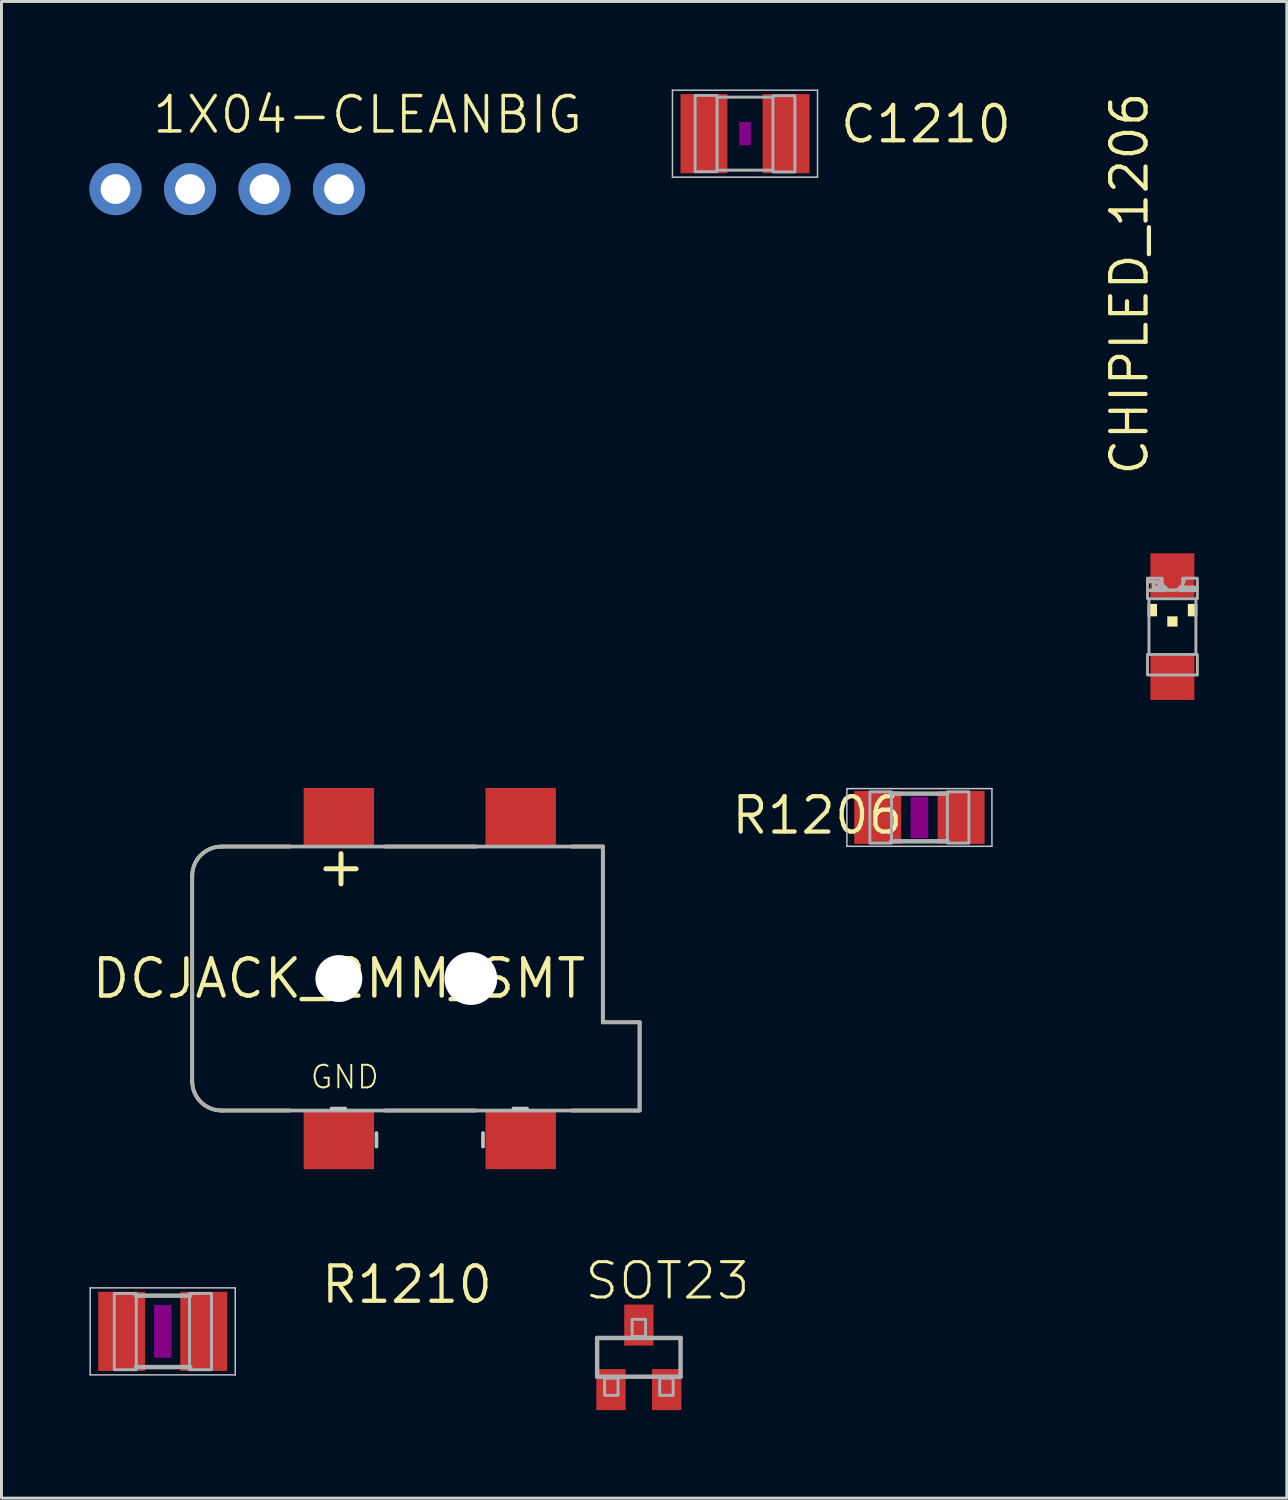
<source format=kicad_pcb>
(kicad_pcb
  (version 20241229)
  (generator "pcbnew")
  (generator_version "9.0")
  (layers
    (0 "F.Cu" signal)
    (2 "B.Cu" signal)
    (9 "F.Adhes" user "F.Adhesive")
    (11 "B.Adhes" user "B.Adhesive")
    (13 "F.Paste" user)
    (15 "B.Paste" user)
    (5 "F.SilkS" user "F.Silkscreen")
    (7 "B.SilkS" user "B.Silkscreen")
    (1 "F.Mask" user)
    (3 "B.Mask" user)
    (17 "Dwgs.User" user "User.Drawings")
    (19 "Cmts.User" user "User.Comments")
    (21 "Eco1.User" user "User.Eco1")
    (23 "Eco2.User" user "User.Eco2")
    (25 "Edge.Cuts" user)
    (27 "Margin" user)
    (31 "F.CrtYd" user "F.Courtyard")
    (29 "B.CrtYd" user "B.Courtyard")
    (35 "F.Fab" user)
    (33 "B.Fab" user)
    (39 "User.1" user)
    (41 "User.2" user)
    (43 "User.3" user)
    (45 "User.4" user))
  (footprint "1X04-CLEANBIG"
    (layer "F.Cu")
    (at 4.699 3.397)
    (property "Reference" "1X04-CLEANBIG" (at -2.616 -1.829 0) (layer "F.SilkS") (effects (font (size 1.206 1.206) (thickness 0.121)) (justify left bottom)))
    (attr through_hole)
    (fp_poly (pts (xy -4.064 0.254) (xy -3.556 0.254) (xy -3.556 -0.254) (xy -4.064 -0.254)) (stroke (width 0.1) (type solid)) (fill no) (layer "F.Fab"))
    (fp_poly (pts (xy -1.524 0.254) (xy -1.016 0.254) (xy -1.016 -0.254) (xy -1.524 -0.254)) (stroke (width 0.1) (type solid)) (fill no) (layer "F.Fab"))
    (fp_poly (pts (xy 1.016 0.254) (xy 1.524 0.254) (xy 1.524 -0.254) (xy 1.016 -0.254)) (stroke (width 0.1) (type solid)) (fill no) (layer "F.Fab"))
    (fp_poly (pts (xy 3.556 0.254) (xy 4.064 0.254) (xy 4.064 -0.254) (xy 3.556 -0.254)) (stroke (width 0.1) (type solid)) (fill no) (layer "F.Fab"))
    (pad "1" thru_hole circle (at -3.81 0 90) (size 1.778 1.778) (drill 1.016) (layers "*.Cu" "*.Mask"))
    (pad "2" thru_hole circle (at -1.27 0 90) (size 1.778 1.778) (drill 1.016) (layers "*.Cu" "*.Mask"))
    (pad "3" thru_hole circle (at 1.27 0 90) (size 1.778 1.778) (drill 1.016) (layers "*.Cu" "*.Mask"))
    (pad "4" thru_hole circle (at 3.81 0 90) (size 1.778 1.778) (drill 1.016) (layers "*.Cu" "*.Mask")))
  (footprint "SOT23"
    (layer "F.Cu")
    (at 18.733 43.231)
    (property "Reference" "SOT23" (at -1.905 -1.905 0) (layer "F.SilkS") (effects (font (size 1.206 1.206) (thickness 0.102)) (justify left bottom)))
    (attr through_hole)
    (fp_line (start -1.422 -0.66) (end 1.422 -0.66) (stroke (width 0.152) (type solid)) (layer "F.Fab"))
    (fp_line (start -1.422 0.66) (end -1.422 -0.66) (stroke (width 0.152) (type solid)) (layer "F.Fab"))
    (fp_line (start 1.422 -0.66) (end 1.422 0.66) (stroke (width 0.152) (type solid)) (layer "F.Fab"))
    (fp_line (start 1.422 0.66) (end -1.422 0.66) (stroke (width 0.152) (type solid)) (layer "F.Fab"))
    (fp_poly (pts (xy -1.168 1.295) (xy -0.711 1.295) (xy -0.711 0.711) (xy -1.168 0.711)) (stroke (width 0.1) (type solid)) (fill no) (layer "F.Fab"))
    (fp_poly (pts (xy -0.229 -0.711) (xy 0.229 -0.711) (xy 0.229 -1.295) (xy -0.229 -1.295)) (stroke (width 0.1) (type solid)) (fill no) (layer "F.Fab"))
    (fp_poly (pts (xy 0.711 1.295) (xy 1.168 1.295) (xy 1.168 0.711) (xy 0.711 0.711)) (stroke (width 0.1) (type solid)) (fill no) (layer "F.Fab"))
    (pad "1" smd rect (at -0.95 1.1) (size 1 1.4) (layers "F.Cu" "F.Mask" "F.Paste"))
    (pad "2" smd rect (at 0.95 1.1) (size 1 1.4) (layers "F.Cu" "F.Mask" "F.Paste"))
    (pad "3" smd rect (at 0 -1.1) (size 1 1.4) (layers "F.Cu" "F.Mask" "F.Paste")))
  (footprint "C1210"
    (layer "F.Cu")
    (at 22.352 1.508)
    (property "Reference" "C1210" (at 3.175 0.381 180) (layer "F.SilkS") (effects (font (size 1.206 1.206) (thickness 0.145)) (justify left bottom)))
    (attr through_hole)
    (fp_poly (pts (xy -0.2 0.4) (xy 0.2 0.4) (xy 0.2 -0.4) (xy -0.2 -0.4)) (stroke (width 0) (type solid)) (fill yes) (layer "F.Adhes"))
    (fp_line (start -2.473 -1.483) (end 2.473 -1.483) (stroke (width 0.051) (type solid)) (layer "Dwgs.User"))
    (fp_line (start -2.473 1.483) (end -2.473 -1.483) (stroke (width 0.051) (type solid)) (layer "Dwgs.User"))
    (fp_line (start 2.473 -1.483) (end 2.473 1.483) (stroke (width 0.051) (type solid)) (layer "Dwgs.User"))
    (fp_line (start 2.473 1.483) (end -2.473 1.483) (stroke (width 0.051) (type solid)) (layer "Dwgs.User"))
    (fp_line (start -0.965 -1.245) (end 0.965 -1.245) (stroke (width 0.102) (type solid)) (layer "F.Fab"))
    (fp_line (start -0.965 1.245) (end 0.965 1.245) (stroke (width 0.102) (type solid)) (layer "F.Fab"))
    (fp_poly (pts (xy -1.702 1.295) (xy -0.952 1.295) (xy -0.952 -1.304) (xy -1.702 -1.304)) (stroke (width 0.1) (type solid)) (fill no) (layer "F.Fab"))
    (fp_poly (pts (xy 0.952 1.304) (xy 1.702 1.304) (xy 1.702 -1.295) (xy 0.952 -1.295)) (stroke (width 0.1) (type solid)) (fill no) (layer "F.Fab"))
    (pad "1" smd rect (at -1.4 0) (size 1.6 2.7) (layers "F.Cu" "F.Mask" "F.Paste"))
    (pad "2" smd rect (at 1.4 0) (size 1.6 2.7) (layers "F.Cu" "F.Mask" "F.Paste")))
  (footprint "R1206"
    (layer "F.Cu")
    (at 28.299 24.823)
    (property "Reference" "R1206" (at -6.477 0.635 0) (layer "F.SilkS") (effects (font (size 1.206 1.206) (thickness 0.145)) (justify left bottom)))
    (attr through_hole)
    (fp_poly (pts (xy -0.3 0.7) (xy 0.3 0.7) (xy 0.3 -0.7) (xy -0.3 -0.7)) (stroke (width 0) (type solid)) (fill yes) (layer "F.Adhes"))
    (fp_line (start -2.473 -0.983) (end 2.473 -0.983) (stroke (width 0.051) (type solid)) (layer "Dwgs.User"))
    (fp_line (start -2.473 0.983) (end -2.473 -0.983) (stroke (width 0.051) (type solid)) (layer "Dwgs.User"))
    (fp_line (start 2.473 -0.983) (end 2.473 0.983) (stroke (width 0.051) (type solid)) (layer "Dwgs.User"))
    (fp_line (start 2.473 0.983) (end -2.473 0.983) (stroke (width 0.051) (type solid)) (layer "Dwgs.User"))
    (fp_line (start 0.953 -0.813) (end -0.965 -0.813) (stroke (width 0.152) (type solid)) (layer "F.Fab"))
    (fp_line (start 0.953 0.813) (end -0.965 0.813) (stroke (width 0.152) (type solid)) (layer "F.Fab"))
    (fp_poly (pts (xy -1.689 0.876) (xy -0.953 0.876) (xy -0.953 -0.876) (xy -1.689 -0.876)) (stroke (width 0.1) (type solid)) (fill no) (layer "F.Fab"))
    (fp_poly (pts (xy 0.953 0.876) (xy 1.689 0.876) (xy 1.689 -0.876) (xy 0.953 -0.876)) (stroke (width 0.1) (type solid)) (fill no) (layer "F.Fab"))
    (pad "1" smd rect (at -1.422 0) (size 1.6 1.803) (layers "F.Cu" "F.Mask" "F.Paste"))
    (pad "2" smd rect (at 1.422 0) (size 1.6 1.803) (layers "F.Cu" "F.Mask" "F.Paste")))
  (footprint "DCJACK_2MM_SMT"
    (layer "F.Cu")
    (at 8.504 30.315)
    (property "Reference" "DCJACK_2MM_SMT" (at 0 0 0) (layer "F.SilkS") (effects (font (size 1.27 1.27) (thickness 0.15))))
    (attr through_hole)
    (fp_line (start -5 -3.5) (end -5 3.5) (stroke (width 0.127) (type solid)) (layer "F.SilkS"))
    (fp_line (start -4 4.5) (end -1.684 4.5) (stroke (width 0.127) (type solid)) (layer "F.SilkS"))
    (fp_line (start -1.668 -4.5) (end -4 -4.5) (stroke (width 0.127) (type solid)) (layer "F.SilkS"))
    (fp_line (start 1.588 4.5) (end 4.666 4.5) (stroke (width 0.127) (type solid)) (layer "F.SilkS"))
    (fp_line (start 4.682 -4.5) (end 1.588 -4.5) (stroke (width 0.127) (type solid)) (layer "F.SilkS"))
    (fp_line (start 7.938 4.5) (end 10.254 4.5) (stroke (width 0.127) (type solid)) (layer "F.SilkS"))
    (fp_line (start 9 -4.5) (end 7.938 -4.5) (stroke (width 0.127) (type solid)) (layer "F.SilkS"))
    (fp_line (start 9 1.492) (end 9 -4.5) (stroke (width 0.127) (type solid)) (layer "F.SilkS"))
    (fp_line (start 10.254 1.492) (end 9 1.492) (stroke (width 0.127) (type solid)) (layer "F.SilkS"))
    (fp_line (start 10.254 4.5) (end 10.254 1.492) (stroke (width 0.127) (type solid)) (layer "F.SilkS"))
    (fp_arc (start -5 -3.5) (mid -4.707107 -4.207107) (end -4 -4.5) (stroke (width 0.127) (type solid)) (layer "F.SilkS"))
    (fp_arc (start -4 4.5) (mid -4.707107 4.207107) (end -5 3.5) (stroke (width 0.127) (type solid)) (layer "F.SilkS"))
    (fp_poly (pts (xy -0.254 4.42) (xy 0.229 4.42) (xy 0.229 4.445) (xy -0.254 4.445)) (stroke (width 0.1) (type solid)) (fill no) (layer "Dwgs.User"))
    (fp_poly (pts (xy 1.27 5.74) (xy 1.27 5.258) (xy 1.295 5.258) (xy 1.295 5.74)) (stroke (width 0.1) (type solid)) (fill no) (layer "Dwgs.User"))
    (fp_poly (pts (xy 4.902 5.74) (xy 4.902 5.258) (xy 4.928 5.258) (xy 4.928 5.74)) (stroke (width 0.1) (type solid)) (fill no) (layer "Dwgs.User"))
    (fp_poly (pts (xy 6.426 4.445) (xy 5.944 4.445) (xy 5.944 4.42) (xy 6.426 4.42)) (stroke (width 0.1) (type solid)) (fill no) (layer "Dwgs.User"))
    (fp_line (start -5 -3.5) (end -5 3.5) (stroke (width 0.127) (type solid)) (layer "F.Fab"))
    (fp_line (start -4 4.5) (end 10.254 4.5) (stroke (width 0.127) (type solid)) (layer "F.Fab"))
    (fp_line (start 9 -4.5) (end -4 -4.5) (stroke (width 0.127) (type solid)) (layer "F.Fab"))
    (fp_line (start 9 1.492) (end 9 -4.5) (stroke (width 0.127) (type solid)) (layer "F.Fab"))
    (fp_line (start 10.254 1.492) (end 9 1.492) (stroke (width 0.127) (type solid)) (layer "F.Fab"))
    (fp_line (start 10.254 4.5) (end 10.254 1.492) (stroke (width 0.127) (type solid)) (layer "F.Fab"))
    (fp_arc (start -5 -3.5) (mid -4.707107 -4.207107) (end -4 -4.5) (stroke (width 0.127) (type solid)) (layer "F.Fab"))
    (fp_arc (start -4 4.5) (mid -4.707107 4.207107) (end -5 3.5) (stroke (width 0.127) (type solid)) (layer "F.Fab"))
    (fp_text user "GND" (at -1.016 3.81 0) (layer "F.SilkS") (effects (font (size 0.772 0.772) (thickness 0.065)) (justify left bottom)))
    (fp_text user "+" (at 0.762 -2.794 90) (layer "F.SilkS") (effects (font (size 1.351 1.351) (thickness 0.171)) (justify left bottom)))
    (pad "" np_thru_hole circle (at 0 0) (size 1.6 1.6) (drill 1.6) (layers "*.Cu" "*.Mask"))
    (pad "" np_thru_hole circle (at 4.5 0) (size 1.8 1.8) (drill 1.8) (layers "*.Cu" "*.Mask"))
    (pad "GND" smd rect (at 0 5.5) (size 2.4 2) (layers "F.Cu" "F.Mask" "F.Paste"))
    (pad "GNDBREAK" smd rect (at 6.2 5.5) (size 2.4 2) (layers "F.Cu" "F.Mask" "F.Paste"))
    (pad "PWR1" smd rect (at 0 -5.5) (size 2.4 2) (layers "F.Cu" "F.Mask" "F.Paste"))
    (pad "PWR2" smd rect (at 6.2 -5.5) (size 2.4 2) (layers "F.Cu" "F.Mask" "F.Paste")))
  (footprint "CHIPLED_1206"
    (layer "F.Cu")
    (at 36.926 18.315)
    (property "Reference" "CHIPLED_1206" (at -0.762 -5.08 270) (layer "F.SilkS") (effects (font (size 1.206 1.206) (thickness 0.145)) (justify left bottom)))
    (attr through_hole)
    (fp_poly (pts (xy -0.85 -0.35) (xy -0.525 -0.35) (xy -0.525 -0.775) (xy -0.85 -0.775)) (stroke (width 0) (type solid)) (fill yes) (layer "F.SilkS"))
    (fp_poly (pts (xy -0.175 0) (xy 0.175 0) (xy 0.175 -0.35) (xy -0.175 -0.35)) (stroke (width 0) (type solid)) (fill yes) (layer "F.SilkS"))
    (fp_poly (pts (xy 0.525 -0.35) (xy 0.85 -0.35) (xy 0.85 -0.775) (xy 0.525 -0.775)) (stroke (width 0) (type solid)) (fill yes) (layer "F.SilkS"))
    (fp_line (start -0.8 0.95) (end -0.8 -0.95) (stroke (width 0.102) (type solid)) (layer "F.Fab"))
    (fp_line (start 0.8 -0.95) (end 0.8 0.95) (stroke (width 0.102) (type solid)) (layer "F.Fab"))
    (fp_arc (start 0.4 -1.625) (mid 0 -1.225) (end -0.4 -1.625) (stroke (width 0.1016) (type solid)) (layer "F.Fab"))
    (fp_circle (center -0.55 -1.425) (end -0.45 -1.425) (stroke (width 0.102) (type solid)) (fill no) (layer "F.Fab"))
    (fp_poly (pts (xy -0.85 -1.525) (xy -0.35 -1.525) (xy -0.35 -1.65) (xy -0.85 -1.65)) (stroke (width 0.1) (type solid)) (fill no) (layer "F.Fab"))
    (fp_poly (pts (xy -0.85 -1.225) (xy -0.625 -1.225) (xy -0.625 -1.55) (xy -0.85 -1.55)) (stroke (width 0.1) (type solid)) (fill no) (layer "F.Fab"))
    (fp_poly (pts (xy -0.85 -0.95) (xy 0.85 -0.95) (xy 0.85 -1.25) (xy -0.85 -1.25)) (stroke (width 0.1) (type solid)) (fill no) (layer "F.Fab"))
    (fp_poly (pts (xy -0.85 1.65) (xy 0.85 1.65) (xy 0.85 0.95) (xy -0.85 0.95)) (stroke (width 0.1) (type solid)) (fill no) (layer "F.Fab"))
    (fp_poly (pts (xy -0.65 -1.225) (xy -0.225 -1.225) (xy -0.225 -1.35) (xy -0.65 -1.35)) (stroke (width 0.1) (type solid)) (fill no) (layer "F.Fab"))
    (fp_poly (pts (xy -0.45 -1.225) (xy -0.325 -1.225) (xy -0.325 -1.45) (xy -0.45 -1.45)) (stroke (width 0.1) (type solid)) (fill no) (layer "F.Fab"))
    (fp_poly (pts (xy 0.25 -1.225) (xy 0.85 -1.225) (xy 0.85 -1.35) (xy 0.25 -1.35)) (stroke (width 0.1) (type solid)) (fill no) (layer "F.Fab"))
    (fp_poly (pts (xy 0.35 -1.3) (xy 0.85 -1.3) (xy 0.85 -1.65) (xy 0.35 -1.65)) (stroke (width 0.1) (type solid)) (fill no) (layer "F.Fab"))
    (pad "A" smd rect (at 0 1.75) (size 1.5 1.5) (layers "F.Cu" "F.Mask" "F.Paste"))
    (pad "C" smd rect (at 0 -1.75) (size 1.5 1.5) (layers "F.Cu" "F.Mask" "F.Paste")))
  (footprint "R1210"
    (layer "F.Cu")
    (at 2.498 42.345)
    (property "Reference" "R1210" (at 5.334 -0.889 180) (layer "F.SilkS") (effects (font (size 1.206 1.206) (thickness 0.145)) (justify left bottom)))
    (attr through_hole)
    (fp_poly (pts (xy -0.3 0.9) (xy 0.3 0.9) (xy 0.3 -0.9) (xy -0.3 -0.9)) (stroke (width 0) (type solid)) (fill yes) (layer "F.Adhes"))
    (fp_line (start -2.473 -1.483) (end 2.473 -1.483) (stroke (width 0.051) (type solid)) (layer "Dwgs.User"))
    (fp_line (start -2.473 1.483) (end -2.473 -1.483) (stroke (width 0.051) (type solid)) (layer "Dwgs.User"))
    (fp_line (start 2.473 -1.483) (end 2.473 1.483) (stroke (width 0.051) (type solid)) (layer "Dwgs.User"))
    (fp_line (start 2.473 1.483) (end -2.473 1.483) (stroke (width 0.051) (type solid)) (layer "Dwgs.User"))
    (fp_line (start -0.913 -1.219) (end 0.939 -1.219) (stroke (width 0.152) (type solid)) (layer "F.Fab"))
    (fp_line (start -0.913 1.219) (end 0.939 1.219) (stroke (width 0.152) (type solid)) (layer "F.Fab"))
    (fp_poly (pts (xy -1.651 1.308) (xy -0.901 1.308) (xy -0.901 -1.292) (xy -1.651 -1.292)) (stroke (width 0.1) (type solid)) (fill no) (layer "F.Fab"))
    (fp_poly (pts (xy 0.914 1.308) (xy 1.665 1.308) (xy 1.665 -1.292) (xy 0.914 -1.292)) (stroke (width 0.1) (type solid)) (fill no) (layer "F.Fab"))
    (pad "1" smd rect (at -1.4 0) (size 1.6 2.7) (layers "F.Cu" "F.Mask" "F.Paste"))
    (pad "2" smd rect (at 1.4 0) (size 1.6 2.7) (layers "F.Cu" "F.Mask" "F.Paste")))
  (gr_rect
    (start -3 -3)
    (end 40.826 48.031)
    (stroke (width 0.1) (type default))
    (fill no)
    (layer "Edge.Cuts")))
</source>
